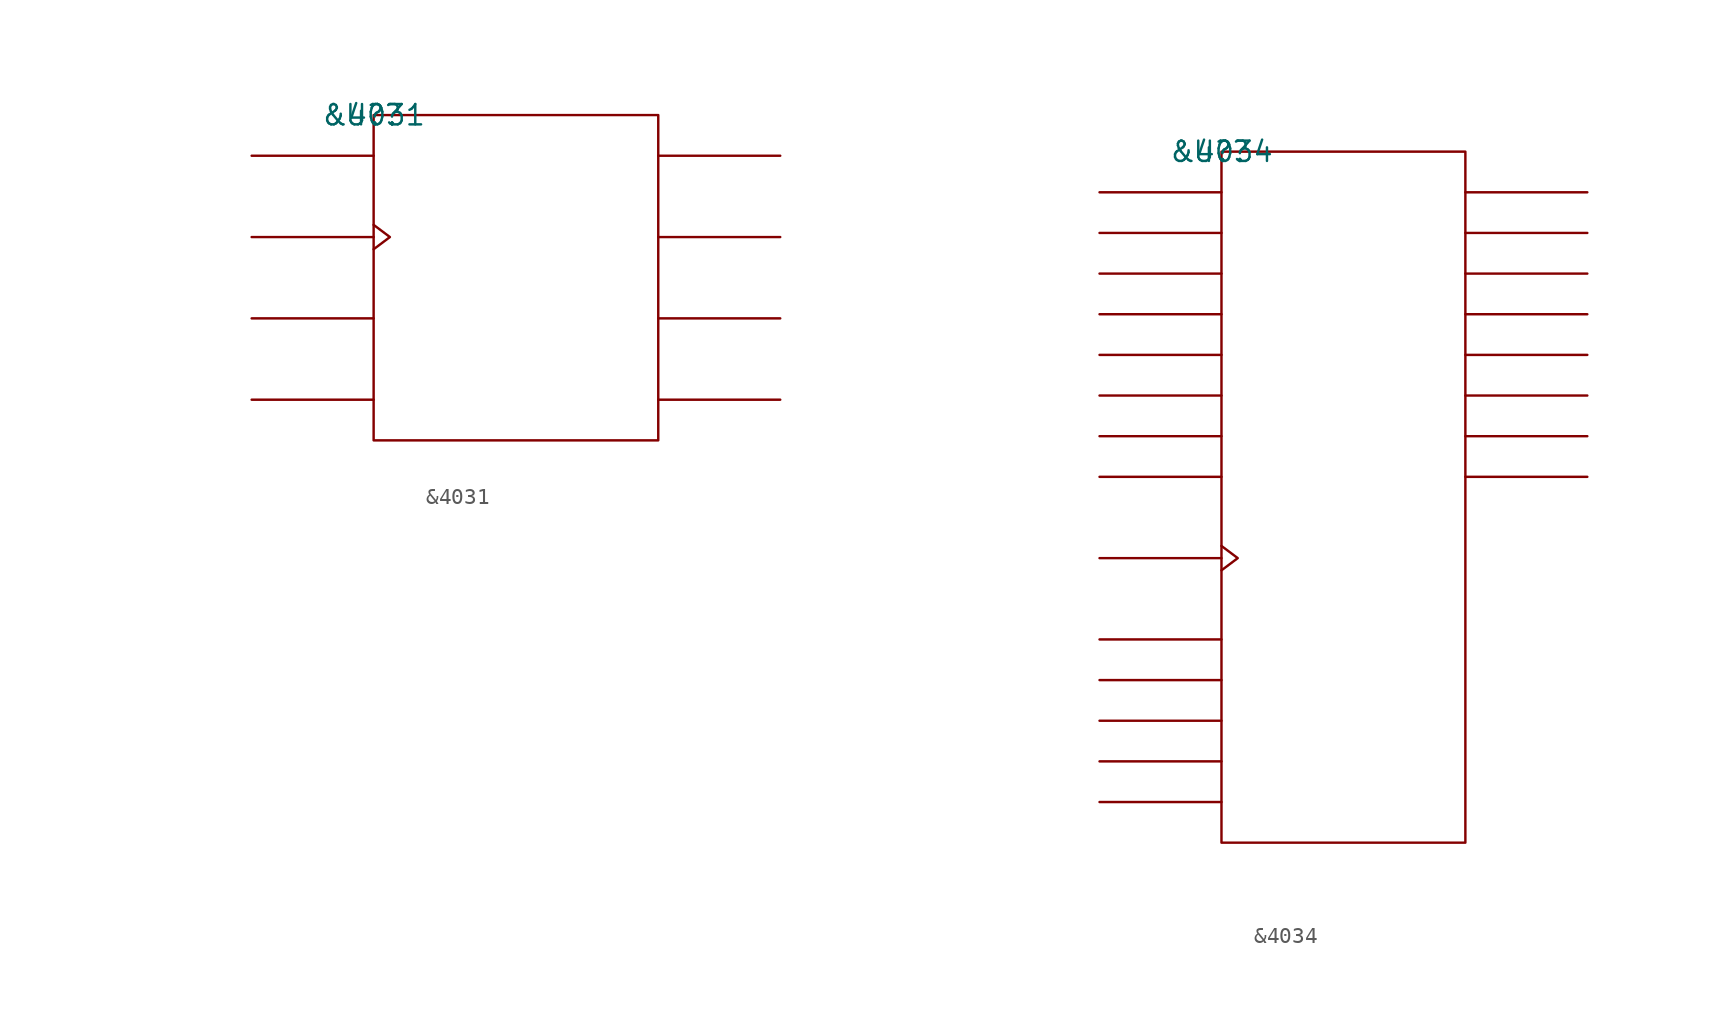
<source format=kicad_sym>
(kicad_symbol_lib
  (version 20211014)
  (generator kicad_symbol_editor)
  (symbol "&4031"
    (pin_names
      (offset 0.762))
    (property "Reference" "U?"
      (at 0 0 0)
      (effects (font (size 1.27 1.27))))
    (property "Value" "&4031"
      (at 0 0 0)
      (effects (font (size 1.27 1.27))))
    (symbol "&4031_0_1"
      (rectangle (start 0 -20.32) (end 17.78 0) (stroke (width 0) (type default) (color 0 0 0 0)) (fill (type none)))
      (polyline (pts (xy 0 -17.78) (xy -7.62 -17.78)) (stroke (width 0) (type default) (color 0 0 0 0)) (fill (type none)))
      (polyline (pts (xy 0 -12.7) (xy -7.62 -12.7)) (stroke (width 0) (type default) (color 0 0 0 0)) (fill (type none)))
      (polyline (pts (xy 0 -7.62) (xy -7.62 -7.62)) (stroke (width 0) (type default) (color 0 0 0 0)) (fill (type none)))
      (polyline (pts (xy 0 -2.54) (xy -7.62 -2.54)) (stroke (width 0) (type default) (color 0 0 0 0)) (fill (type none)))
      (polyline (pts (xy 17.78 -17.78) (xy 25.4 -17.78)) (stroke (width 0) (type default) (color 0 0 0 0)) (fill (type none)))
      (polyline (pts (xy 17.78 -12.7) (xy 25.4 -12.7)) (stroke (width 0) (type default) (color 0 0 0 0)) (fill (type none)))
      (polyline (pts (xy 17.78 -7.62) (xy 25.4 -7.62)) (stroke (width 0) (type default) (color 0 0 0 0)) (fill (type none)))
      (polyline (pts (xy 17.78 -2.54) (xy 25.4 -2.54)) (stroke (width 0) (type default) (color 0 0 0 0)) (fill (type none)))
      (polyline (pts (xy 0 -6.858) (xy 1.016 -7.62) (xy 0 -8.382)) (stroke (width 0) (type default) (color 0 0 0 0)) (fill (type none))))
    (symbol "&4031_1_1"
      (pin unspecified line (at -7.62 -17.78 0) (length 7.62) hide (name "R" (effects (font (size 1.245 1.245)))) (number "1" (effects (font (size 1.245 1.245)))))
      (pin unspecified line (at -7.62 -2.54 0) (length 7.62) hide (name "MC" (effects (font (size 1.245 1.245)))) (number "10" (effects (font (size 1.245 1.245)))))
      (pin unspecified line (at -7.62 -12.7 0) (length 7.62) hide (name "DIN" (effects (font (size 1.245 1.245)))) (number "15" (effects (font (size 1.245 1.245)))))
      (pin power_in line (at 7.62 0 180) (length 7.62) hide (name "VCC" (effects (font (size 1.245 1.245)))) (number "16" (effects (font (size 1.245 1.245)))))
      (pin unspecified line (at -7.62 -7.62 180) (length 7.62) hide (name "CLK" (effects (font (size 1.245 1.245)))) (number "2" (effects (font (size 1.245 1.245)))))
      (pin unspecified line (at 25.4 -12.7 180) (length 7.62) hide (name "Q'" (effects (font (size 1.245 1.245)))) (number "5" (effects (font (size 1.245 1.245)))))
      (pin unspecified line (at 25.4 -2.54 180) (length 7.62) hide (name "Q" (effects (font (size 1.245 1.245)))) (number "6" (effects (font (size 1.245 1.245)))))
      (pin unspecified line (at 25.4 -7.62 180) (length 7.62) hide (name "Q\\" (effects (font (size 1.245 1.245)))) (number "7" (effects (font (size 1.245 1.245)))))
      (pin power_in line (at 5.08 -20.32 180) (length 7.62) hide (name "GND" (effects (font (size 1.245 1.245)))) (number "8" (effects (font (size 1.245 1.245)))))
      (pin unspecified line (at 25.4 -17.78 180) (length 7.62) hide (name "DCO" (effects (font (size 1.245 1.245)))) (number "9" (effects (font (size 1.245 1.245)))))))
  (symbol "&4034"
    (pin_names
      (offset 0.762))
    (property "Reference" "U?"
      (at 0 0 0)
      (effects (font (size 1.27 1.27))))
    (property "Value" "&4034"
      (at 0 0 0)
      (effects (font (size 1.27 1.27))))
    (symbol "&4034_0_1"
      (rectangle (start 0 -43.18) (end 15.24 0) (stroke (width 0) (type default) (color 0 0 0 0)) (fill (type none)))
      (polyline (pts (xy 0 -40.64) (xy -7.62 -40.64)) (stroke (width 0) (type default) (color 0 0 0 0)) (fill (type none)))
      (polyline (pts (xy 0 -38.1) (xy -7.62 -38.1)) (stroke (width 0) (type default) (color 0 0 0 0)) (fill (type none)))
      (polyline (pts (xy 0 -35.56) (xy -7.62 -35.56)) (stroke (width 0) (type default) (color 0 0 0 0)) (fill (type none)))
      (polyline (pts (xy 0 -33.02) (xy -7.62 -33.02)) (stroke (width 0) (type default) (color 0 0 0 0)) (fill (type none)))
      (polyline (pts (xy 0 -30.48) (xy -7.62 -30.48)) (stroke (width 0) (type default) (color 0 0 0 0)) (fill (type none)))
      (polyline (pts (xy 0 -25.4) (xy -7.62 -25.4)) (stroke (width 0) (type default) (color 0 0 0 0)) (fill (type none)))
      (polyline (pts (xy 0 -20.32) (xy -7.62 -20.32)) (stroke (width 0) (type default) (color 0 0 0 0)) (fill (type none)))
      (polyline (pts (xy 0 -17.78) (xy -7.62 -17.78)) (stroke (width 0) (type default) (color 0 0 0 0)) (fill (type none)))
      (polyline (pts (xy 0 -15.24) (xy -7.62 -15.24)) (stroke (width 0) (type default) (color 0 0 0 0)) (fill (type none)))
      (polyline (pts (xy 0 -12.7) (xy -7.62 -12.7)) (stroke (width 0) (type default) (color 0 0 0 0)) (fill (type none)))
      (polyline (pts (xy 0 -10.16) (xy -7.62 -10.16)) (stroke (width 0) (type default) (color 0 0 0 0)) (fill (type none)))
      (polyline (pts (xy 0 -7.62) (xy -7.62 -7.62)) (stroke (width 0) (type default) (color 0 0 0 0)) (fill (type none)))
      (polyline (pts (xy 0 -5.08) (xy -7.62 -5.08)) (stroke (width 0) (type default) (color 0 0 0 0)) (fill (type none)))
      (polyline (pts (xy 0 -2.54) (xy -7.62 -2.54)) (stroke (width 0) (type default) (color 0 0 0 0)) (fill (type none)))
      (polyline (pts (xy 15.24 -20.32) (xy 22.86 -20.32)) (stroke (width 0) (type default) (color 0 0 0 0)) (fill (type none)))
      (polyline (pts (xy 15.24 -17.78) (xy 22.86 -17.78)) (stroke (width 0) (type default) (color 0 0 0 0)) (fill (type none)))
      (polyline (pts (xy 15.24 -15.24) (xy 22.86 -15.24)) (stroke (width 0) (type default) (color 0 0 0 0)) (fill (type none)))
      (polyline (pts (xy 15.24 -12.7) (xy 22.86 -12.7)) (stroke (width 0) (type default) (color 0 0 0 0)) (fill (type none)))
      (polyline (pts (xy 15.24 -10.16) (xy 22.86 -10.16)) (stroke (width 0) (type default) (color 0 0 0 0)) (fill (type none)))
      (polyline (pts (xy 15.24 -7.62) (xy 22.86 -7.62)) (stroke (width 0) (type default) (color 0 0 0 0)) (fill (type none)))
      (polyline (pts (xy 15.24 -5.08) (xy 22.86 -5.08)) (stroke (width 0) (type default) (color 0 0 0 0)) (fill (type none)))
      (polyline (pts (xy 15.24 -2.54) (xy 22.86 -2.54)) (stroke (width 0) (type default) (color 0 0 0 0)) (fill (type none)))
      (polyline (pts (xy 0 -24.638) (xy 1.016 -25.4) (xy 0 -26.162)) (stroke (width 0) (type default) (color 0 0 0 0)) (fill (type none))))
    (symbol "&4034_1_1"
      (pin unspecified line (at 22.86 -20.32 180) (length 7.62) hide (name "B8" (effects (font (size 1.245 1.245)))) (number "1" (effects (font (size 1.245 1.245)))))
      (pin unspecified line (at -7.62 -38.1 0) (length 7.62) hide (name "DS" (effects (font (size 1.245 1.245)))) (number "10" (effects (font (size 1.245 1.245)))))
      (pin unspecified line (at -7.62 -33.02 0) (length 7.62) hide (name "A/B\\" (effects (font (size 1.245 1.245)))) (number "11" (effects (font (size 1.245 1.245)))))
      (pin power_in line (at 7.62 -43.18 180) (length 7.62) hide (name "GND" (effects (font (size 1.245 1.245)))) (number "12" (effects (font (size 1.245 1.245)))))
      (pin unspecified line (at -7.62 -40.64 0) (length 7.62) hide (name "P/S\\" (effects (font (size 1.245 1.245)))) (number "13" (effects (font (size 1.245 1.245)))))
      (pin unspecified line (at -7.62 -35.56 0) (length 7.62) hide (name "A/S\\" (effects (font (size 1.245 1.245)))) (number "14" (effects (font (size 1.245 1.245)))))
      (pin unspecified line (at -7.62 -25.4 180) (length 7.62) hide (name "CLK" (effects (font (size 1.245 1.245)))) (number "15" (effects (font (size 1.245 1.245)))))
      (pin unspecified line (at -7.62 -2.54 0) (length 7.62) hide (name "A1" (effects (font (size 1.245 1.245)))) (number "16" (effects (font (size 1.245 1.245)))))
      (pin unspecified line (at -7.62 -5.08 0) (length 7.62) hide (name "A2" (effects (font (size 1.245 1.245)))) (number "17" (effects (font (size 1.245 1.245)))))
      (pin unspecified line (at -7.62 -7.62 0) (length 7.62) hide (name "A3" (effects (font (size 1.245 1.245)))) (number "18" (effects (font (size 1.245 1.245)))))
      (pin unspecified line (at -7.62 -10.16 0) (length 7.62) hide (name "A4" (effects (font (size 1.245 1.245)))) (number "19" (effects (font (size 1.245 1.245)))))
      (pin unspecified line (at 22.86 -17.78 180) (length 7.62) hide (name "B7" (effects (font (size 1.245 1.245)))) (number "2" (effects (font (size 1.245 1.245)))))
      (pin unspecified line (at -7.62 -12.7 0) (length 7.62) hide (name "A5" (effects (font (size 1.245 1.245)))) (number "20" (effects (font (size 1.245 1.245)))))
      (pin unspecified line (at -7.62 -15.24 0) (length 7.62) hide (name "A6" (effects (font (size 1.245 1.245)))) (number "21" (effects (font (size 1.245 1.245)))))
      (pin unspecified line (at -7.62 -17.78 0) (length 7.62) hide (name "A7" (effects (font (size 1.245 1.245)))) (number "22" (effects (font (size 1.245 1.245)))))
      (pin unspecified line (at -7.62 -20.32 0) (length 7.62) hide (name "A8" (effects (font (size 1.245 1.245)))) (number "23" (effects (font (size 1.245 1.245)))))
      (pin power_in line (at 7.62 0 180) (length 7.62) hide (name "VCC" (effects (font (size 1.245 1.245)))) (number "24" (effects (font (size 1.245 1.245)))))
      (pin unspecified line (at 22.86 -15.24 180) (length 7.62) hide (name "B6" (effects (font (size 1.245 1.245)))) (number "3" (effects (font (size 1.245 1.245)))))
      (pin unspecified line (at 22.86 -12.7 180) (length 7.62) hide (name "B5" (effects (font (size 1.245 1.245)))) (number "4" (effects (font (size 1.245 1.245)))))
      (pin unspecified line (at 22.86 -10.16 180) (length 7.62) hide (name "B4" (effects (font (size 1.245 1.245)))) (number "5" (effects (font (size 1.245 1.245)))))
      (pin unspecified line (at 22.86 -7.62 180) (length 7.62) hide (name "B3" (effects (font (size 1.245 1.245)))) (number "6" (effects (font (size 1.245 1.245)))))
      (pin unspecified line (at 22.86 -5.08 180) (length 7.62) hide (name "B2" (effects (font (size 1.245 1.245)))) (number "7" (effects (font (size 1.245 1.245)))))
      (pin unspecified line (at 22.86 -2.54 180) (length 7.62) hide (name "B1" (effects (font (size 1.245 1.245)))) (number "8" (effects (font (size 1.245 1.245)))))
      (pin unspecified line (at -7.62 -30.48 0) (length 7.62) hide (name "AE" (effects (font (size 1.245 1.245)))) (number "9" (effects (font (size 1.245 1.245))))))))
</source>
